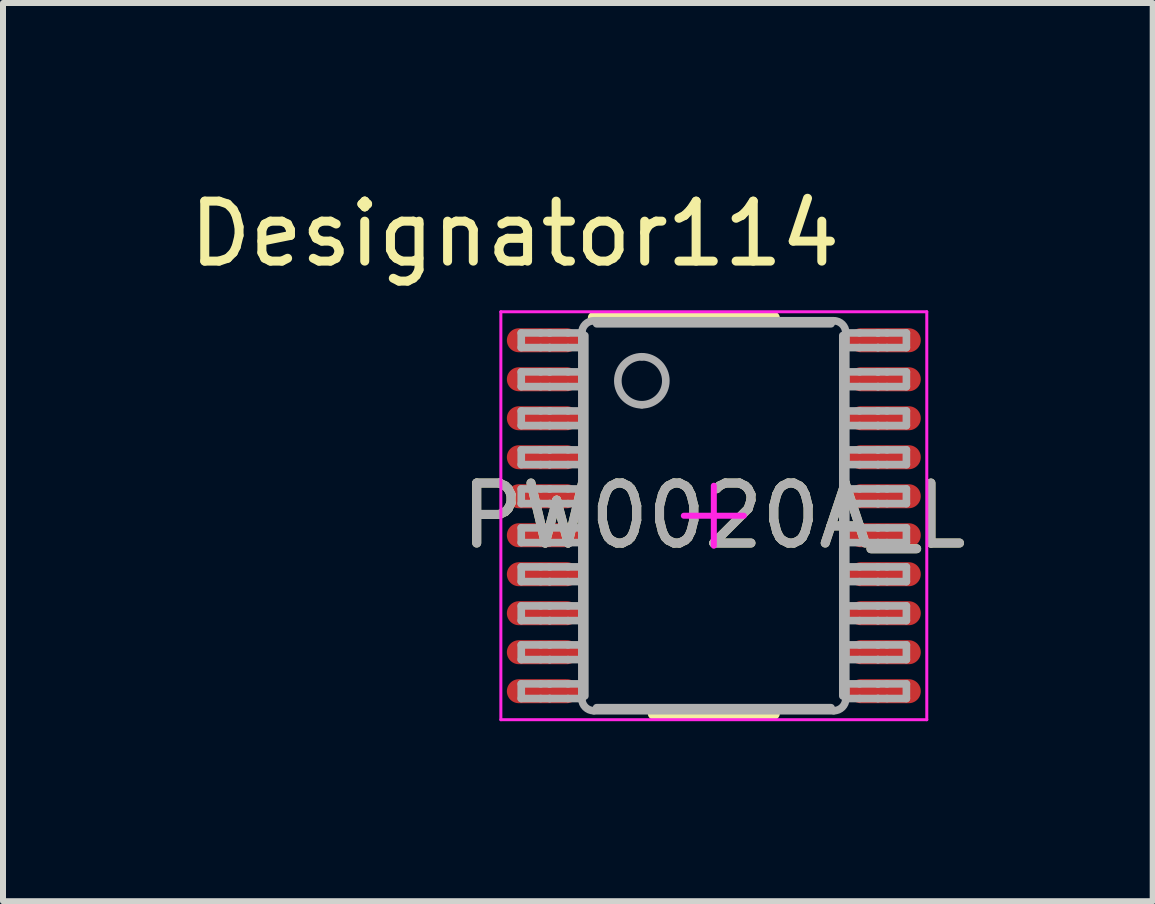
<source format=kicad_pcb>
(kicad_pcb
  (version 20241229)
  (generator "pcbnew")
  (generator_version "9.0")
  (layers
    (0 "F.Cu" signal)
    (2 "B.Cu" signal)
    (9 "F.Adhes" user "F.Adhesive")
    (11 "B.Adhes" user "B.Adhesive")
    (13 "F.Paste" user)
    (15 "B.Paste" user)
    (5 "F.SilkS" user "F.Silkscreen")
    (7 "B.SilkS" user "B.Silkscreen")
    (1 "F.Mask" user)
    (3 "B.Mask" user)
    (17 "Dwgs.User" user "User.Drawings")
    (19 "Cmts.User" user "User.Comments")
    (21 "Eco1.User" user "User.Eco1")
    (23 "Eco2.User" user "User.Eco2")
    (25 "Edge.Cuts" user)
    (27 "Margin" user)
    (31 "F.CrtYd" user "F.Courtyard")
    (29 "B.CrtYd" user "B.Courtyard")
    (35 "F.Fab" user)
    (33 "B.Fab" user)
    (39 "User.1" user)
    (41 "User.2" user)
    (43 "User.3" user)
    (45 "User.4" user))
  (footprint "PW0020A_L"
    (layer "F.Cu")
    (at 8.849 5.547)
    (property "Reference" "PW0020A_L" (at 0 0 0) (unlocked yes) (layer "F.SilkS") (effects (font (size 1 1) (thickness 0.15))))
    (attr smd)
    (fp_line (start -2 -3.3) (end 1 -3.3) (stroke (width 0.2) (type solid)) (layer "F.SilkS"))
    (fp_line (start -1 3.3) (end 1 3.3) (stroke (width 0.2) (type solid)) (layer "F.SilkS"))
    (fp_line (start -3.55 -3.4) (end 3.55 -3.4) (stroke (width 0.05) (type solid)) (layer "F.CrtYd"))
    (fp_line (start -3.55 3.4) (end -3.55 -3.4) (stroke (width 0.05) (type solid)) (layer "F.CrtYd"))
    (fp_line (start -3.55 3.4) (end 3.55 3.4) (stroke (width 0.05) (type solid)) (layer "F.CrtYd"))
    (fp_line (start -0.5 0) (end 0.5 0) (stroke (width 0.1) (type solid)) (layer "F.CrtYd"))
    (fp_line (start 0 0.5) (end 0 -0.5) (stroke (width 0.1) (type solid)) (layer "F.CrtYd"))
    (fp_line (start 3.55 3.4) (end 3.55 -3.4) (stroke (width 0.05) (type solid)) (layer "F.CrtYd"))
    (fp_line (start -3.21 -3.047) (end -2.887 -3.047) (stroke (width 0.127) (type solid)) (layer "F.Fab"))
    (fp_line (start -3.21 -2.803) (end -3.21 -3.047) (stroke (width 0.127) (type solid)) (layer "F.Fab"))
    (fp_line (start -3.21 -2.803) (end -2.887 -2.803) (stroke (width 0.127) (type solid)) (layer "F.Fab"))
    (fp_line (start -3.21 -2.398) (end -2.887 -2.398) (stroke (width 0.127) (type solid)) (layer "F.Fab"))
    (fp_line (start -3.21 -2.152) (end -3.21 -2.398) (stroke (width 0.127) (type solid)) (layer "F.Fab"))
    (fp_line (start -3.21 -2.152) (end -2.887 -2.152) (stroke (width 0.127) (type solid)) (layer "F.Fab"))
    (fp_line (start -3.21 -1.747) (end -2.887 -1.747) (stroke (width 0.127) (type solid)) (layer "F.Fab"))
    (fp_line (start -3.21 -1.503) (end -3.21 -1.747) (stroke (width 0.127) (type solid)) (layer "F.Fab"))
    (fp_line (start -3.21 -1.503) (end -2.887 -1.503) (stroke (width 0.127) (type solid)) (layer "F.Fab"))
    (fp_line (start -3.21 -1.098) (end -2.887 -1.098) (stroke (width 0.127) (type solid)) (layer "F.Fab"))
    (fp_line (start -3.21 -0.852) (end -3.21 -1.098) (stroke (width 0.127) (type solid)) (layer "F.Fab"))
    (fp_line (start -3.21 -0.852) (end -2.887 -0.852) (stroke (width 0.127) (type solid)) (layer "F.Fab"))
    (fp_line (start -3.21 -0.447) (end -2.887 -0.447) (stroke (width 0.127) (type solid)) (layer "F.Fab"))
    (fp_line (start -3.21 -0.202) (end -3.21 -0.447) (stroke (width 0.127) (type solid)) (layer "F.Fab"))
    (fp_line (start -3.21 -0.202) (end -2.887 -0.202) (stroke (width 0.127) (type solid)) (layer "F.Fab"))
    (fp_line (start -3.21 0.202) (end -2.887 0.202) (stroke (width 0.127) (type solid)) (layer "F.Fab"))
    (fp_line (start -3.21 0.448) (end -3.21 0.202) (stroke (width 0.127) (type solid)) (layer "F.Fab"))
    (fp_line (start -3.21 0.448) (end -2.887 0.448) (stroke (width 0.127) (type solid)) (layer "F.Fab"))
    (fp_line (start -3.21 0.853) (end -2.887 0.853) (stroke (width 0.127) (type solid)) (layer "F.Fab"))
    (fp_line (start -3.21 1.098) (end -3.21 0.853) (stroke (width 0.127) (type solid)) (layer "F.Fab"))
    (fp_line (start -3.21 1.098) (end -2.887 1.098) (stroke (width 0.127) (type solid)) (layer "F.Fab"))
    (fp_line (start -3.21 1.503) (end -2.887 1.503) (stroke (width 0.127) (type solid)) (layer "F.Fab"))
    (fp_line (start -3.21 1.748) (end -3.21 1.503) (stroke (width 0.127) (type solid)) (layer "F.Fab"))
    (fp_line (start -3.21 1.748) (end -2.887 1.748) (stroke (width 0.127) (type solid)) (layer "F.Fab"))
    (fp_line (start -3.21 2.153) (end -2.887 2.153) (stroke (width 0.127) (type solid)) (layer "F.Fab"))
    (fp_line (start -3.21 2.398) (end -3.21 2.153) (stroke (width 0.127) (type solid)) (layer "F.Fab"))
    (fp_line (start -3.21 2.398) (end -2.887 2.398) (stroke (width 0.127) (type solid)) (layer "F.Fab"))
    (fp_line (start -3.21 2.803) (end -2.887 2.803) (stroke (width 0.127) (type solid)) (layer "F.Fab"))
    (fp_line (start -3.21 3.047) (end -3.21 2.803) (stroke (width 0.127) (type solid)) (layer "F.Fab"))
    (fp_line (start -3.21 3.047) (end -2.887 3.047) (stroke (width 0.127) (type solid)) (layer "F.Fab"))
    (fp_line (start -2.887 -3.047) (end -2.739 -3.047) (stroke (width 0.127) (type solid)) (layer "F.Fab"))
    (fp_line (start -2.887 -2.803) (end -2.739 -2.803) (stroke (width 0.127) (type solid)) (layer "F.Fab"))
    (fp_line (start -2.887 -2.398) (end -2.739 -2.398) (stroke (width 0.127) (type solid)) (layer "F.Fab"))
    (fp_line (start -2.887 -2.152) (end -2.739 -2.152) (stroke (width 0.127) (type solid)) (layer "F.Fab"))
    (fp_line (start -2.887 -1.747) (end -2.739 -1.747) (stroke (width 0.127) (type solid)) (layer "F.Fab"))
    (fp_line (start -2.887 -1.503) (end -2.739 -1.503) (stroke (width 0.127) (type solid)) (layer "F.Fab"))
    (fp_line (start -2.887 -1.098) (end -2.739 -1.098) (stroke (width 0.127) (type solid)) (layer "F.Fab"))
    (fp_line (start -2.887 -0.852) (end -2.739 -0.852) (stroke (width 0.127) (type solid)) (layer "F.Fab"))
    (fp_line (start -2.887 -0.447) (end -2.739 -0.447) (stroke (width 0.127) (type solid)) (layer "F.Fab"))
    (fp_line (start -2.887 -0.202) (end -2.739 -0.202) (stroke (width 0.127) (type solid)) (layer "F.Fab"))
    (fp_line (start -2.887 0.202) (end -2.739 0.202) (stroke (width 0.127) (type solid)) (layer "F.Fab"))
    (fp_line (start -2.887 0.448) (end -2.739 0.448) (stroke (width 0.127) (type solid)) (layer "F.Fab"))
    (fp_line (start -2.887 0.853) (end -2.739 0.853) (stroke (width 0.127) (type solid)) (layer "F.Fab"))
    (fp_line (start -2.887 1.098) (end -2.739 1.098) (stroke (width 0.127) (type solid)) (layer "F.Fab"))
    (fp_line (start -2.887 1.503) (end -2.739 1.503) (stroke (width 0.127) (type solid)) (layer "F.Fab"))
    (fp_line (start -2.887 1.748) (end -2.739 1.748) (stroke (width 0.127) (type solid)) (layer "F.Fab"))
    (fp_line (start -2.887 2.153) (end -2.739 2.153) (stroke (width 0.127) (type solid)) (layer "F.Fab"))
    (fp_line (start -2.887 2.398) (end -2.739 2.398) (stroke (width 0.127) (type solid)) (layer "F.Fab"))
    (fp_line (start -2.887 2.803) (end -2.739 2.803) (stroke (width 0.127) (type solid)) (layer "F.Fab"))
    (fp_line (start -2.887 3.047) (end -2.739 3.047) (stroke (width 0.127) (type solid)) (layer "F.Fab"))
    (fp_line (start -2.739 -3.047) (end -2.733 -3.047) (stroke (width 0.127) (type solid)) (layer "F.Fab"))
    (fp_line (start -2.739 -2.803) (end -2.733 -2.803) (stroke (width 0.127) (type solid)) (layer "F.Fab"))
    (fp_line (start -2.739 -2.398) (end -2.733 -2.398) (stroke (width 0.127) (type solid)) (layer "F.Fab"))
    (fp_line (start -2.739 -2.152) (end -2.733 -2.152) (stroke (width 0.127) (type solid)) (layer "F.Fab"))
    (fp_line (start -2.739 -1.747) (end -2.733 -1.747) (stroke (width 0.127) (type solid)) (layer "F.Fab"))
    (fp_line (start -2.739 -1.503) (end -2.733 -1.503) (stroke (width 0.127) (type solid)) (layer "F.Fab"))
    (fp_line (start -2.739 -1.098) (end -2.733 -1.098) (stroke (width 0.127) (type solid)) (layer "F.Fab"))
    (fp_line (start -2.739 -0.852) (end -2.733 -0.852) (stroke (width 0.127) (type solid)) (layer "F.Fab"))
    (fp_line (start -2.739 -0.447) (end -2.733 -0.447) (stroke (width 0.127) (type solid)) (layer "F.Fab"))
    (fp_line (start -2.739 -0.202) (end -2.733 -0.202) (stroke (width 0.127) (type solid)) (layer "F.Fab"))
    (fp_line (start -2.739 0.202) (end -2.733 0.202) (stroke (width 0.127) (type solid)) (layer "F.Fab"))
    (fp_line (start -2.739 0.448) (end -2.733 0.448) (stroke (width 0.127) (type solid)) (layer "F.Fab"))
    (fp_line (start -2.739 0.853) (end -2.733 0.853) (stroke (width 0.127) (type solid)) (layer "F.Fab"))
    (fp_line (start -2.739 1.098) (end -2.733 1.098) (stroke (width 0.127) (type solid)) (layer "F.Fab"))
    (fp_line (start -2.739 1.503) (end -2.733 1.503) (stroke (width 0.127) (type solid)) (layer "F.Fab"))
    (fp_line (start -2.739 1.748) (end -2.733 1.748) (stroke (width 0.127) (type solid)) (layer "F.Fab"))
    (fp_line (start -2.739 2.153) (end -2.733 2.153) (stroke (width 0.127) (type solid)) (layer "F.Fab"))
    (fp_line (start -2.739 2.398) (end -2.733 2.398) (stroke (width 0.127) (type solid)) (layer "F.Fab"))
    (fp_line (start -2.739 2.803) (end -2.733 2.803) (stroke (width 0.127) (type solid)) (layer "F.Fab"))
    (fp_line (start -2.739 3.047) (end -2.733 3.047) (stroke (width 0.127) (type solid)) (layer "F.Fab"))
    (fp_line (start -2.733 -3.047) (end -2.431 -3.047) (stroke (width 0.127) (type solid)) (layer "F.Fab"))
    (fp_line (start -2.733 -2.803) (end -2.431 -2.803) (stroke (width 0.127) (type solid)) (layer "F.Fab"))
    (fp_line (start -2.733 -2.398) (end -2.431 -2.398) (stroke (width 0.127) (type solid)) (layer "F.Fab"))
    (fp_line (start -2.733 -2.152) (end -2.431 -2.152) (stroke (width 0.127) (type solid)) (layer "F.Fab"))
    (fp_line (start -2.733 -1.747) (end -2.431 -1.747) (stroke (width 0.127) (type solid)) (layer "F.Fab"))
    (fp_line (start -2.733 -1.503) (end -2.431 -1.503) (stroke (width 0.127) (type solid)) (layer "F.Fab"))
    (fp_line (start -2.733 -1.098) (end -2.431 -1.098) (stroke (width 0.127) (type solid)) (layer "F.Fab"))
    (fp_line (start -2.733 -0.852) (end -2.431 -0.852) (stroke (width 0.127) (type solid)) (layer "F.Fab"))
    (fp_line (start -2.733 -0.447) (end -2.431 -0.447) (stroke (width 0.127) (type solid)) (layer "F.Fab"))
    (fp_line (start -2.733 -0.202) (end -2.431 -0.202) (stroke (width 0.127) (type solid)) (layer "F.Fab"))
    (fp_line (start -2.733 0.202) (end -2.431 0.202) (stroke (width 0.127) (type solid)) (layer "F.Fab"))
    (fp_line (start -2.733 0.448) (end -2.431 0.448) (stroke (width 0.127) (type solid)) (layer "F.Fab"))
    (fp_line (start -2.733 0.853) (end -2.431 0.853) (stroke (width 0.127) (type solid)) (layer "F.Fab"))
    (fp_line (start -2.733 1.098) (end -2.431 1.098) (stroke (width 0.127) (type solid)) (layer "F.Fab"))
    (fp_line (start -2.733 1.503) (end -2.431 1.503) (stroke (width 0.127) (type solid)) (layer "F.Fab"))
    (fp_line (start -2.733 1.748) (end -2.431 1.748) (stroke (width 0.127) (type solid)) (layer "F.Fab"))
    (fp_line (start -2.733 2.153) (end -2.431 2.153) (stroke (width 0.127) (type solid)) (layer "F.Fab"))
    (fp_line (start -2.733 2.398) (end -2.431 2.398) (stroke (width 0.127) (type solid)) (layer "F.Fab"))
    (fp_line (start -2.733 2.803) (end -2.431 2.803) (stroke (width 0.127) (type solid)) (layer "F.Fab"))
    (fp_line (start -2.733 3.047) (end -2.431 3.047) (stroke (width 0.127) (type solid)) (layer "F.Fab"))
    (fp_line (start -2.431 -3.047) (end -2.2 -3.047) (stroke (width 0.127) (type solid)) (layer "F.Fab"))
    (fp_line (start -2.431 -2.803) (end -2.2 -2.803) (stroke (width 0.127) (type solid)) (layer "F.Fab"))
    (fp_line (start -2.431 -2.398) (end -2.2 -2.398) (stroke (width 0.127) (type solid)) (layer "F.Fab"))
    (fp_line (start -2.431 -2.152) (end -2.2 -2.152) (stroke (width 0.127) (type solid)) (layer "F.Fab"))
    (fp_line (start -2.431 -1.747) (end -2.2 -1.747) (stroke (width 0.127) (type solid)) (layer "F.Fab"))
    (fp_line (start -2.431 -1.503) (end -2.2 -1.503) (stroke (width 0.127) (type solid)) (layer "F.Fab"))
    (fp_line (start -2.431 -1.098) (end -2.2 -1.098) (stroke (width 0.127) (type solid)) (layer "F.Fab"))
    (fp_line (start -2.431 -0.852) (end -2.2 -0.852) (stroke (width 0.127) (type solid)) (layer "F.Fab"))
    (fp_line (start -2.431 -0.447) (end -2.2 -0.447) (stroke (width 0.127) (type solid)) (layer "F.Fab"))
    (fp_line (start -2.431 -0.202) (end -2.2 -0.202) (stroke (width 0.127) (type solid)) (layer "F.Fab"))
    (fp_line (start -2.431 0.202) (end -2.2 0.202) (stroke (width 0.127) (type solid)) (layer "F.Fab"))
    (fp_line (start -2.431 0.448) (end -2.2 0.448) (stroke (width 0.127) (type solid)) (layer "F.Fab"))
    (fp_line (start -2.431 0.853) (end -2.2 0.853) (stroke (width 0.127) (type solid)) (layer "F.Fab"))
    (fp_line (start -2.431 1.098) (end -2.2 1.098) (stroke (width 0.127) (type solid)) (layer "F.Fab"))
    (fp_line (start -2.431 1.503) (end -2.2 1.503) (stroke (width 0.127) (type solid)) (layer "F.Fab"))
    (fp_line (start -2.431 1.748) (end -2.2 1.748) (stroke (width 0.127) (type solid)) (layer "F.Fab"))
    (fp_line (start -2.431 2.153) (end -2.2 2.153) (stroke (width 0.127) (type solid)) (layer "F.Fab"))
    (fp_line (start -2.431 2.398) (end -2.2 2.398) (stroke (width 0.127) (type solid)) (layer "F.Fab"))
    (fp_line (start -2.431 2.803) (end -2.2 2.803) (stroke (width 0.127) (type solid)) (layer "F.Fab"))
    (fp_line (start -2.431 3.047) (end -2.2 3.047) (stroke (width 0.127) (type solid)) (layer "F.Fab"))
    (fp_line (start -2.2 -2.803) (end -2.2 -3.047) (stroke (width 0.127) (type solid)) (layer "F.Fab"))
    (fp_line (start -2.2 -2.152) (end -2.2 -2.398) (stroke (width 0.127) (type solid)) (layer "F.Fab"))
    (fp_line (start -2.2 -1.503) (end -2.2 -1.747) (stroke (width 0.127) (type solid)) (layer "F.Fab"))
    (fp_line (start -2.2 -0.852) (end -2.2 -1.098) (stroke (width 0.127) (type solid)) (layer "F.Fab"))
    (fp_line (start -2.2 -0.202) (end -2.2 -0.447) (stroke (width 0.127) (type solid)) (layer "F.Fab"))
    (fp_line (start -2.2 0.448) (end -2.2 0.202) (stroke (width 0.127) (type solid)) (layer "F.Fab"))
    (fp_line (start -2.2 1.098) (end -2.2 0.853) (stroke (width 0.127) (type solid)) (layer "F.Fab"))
    (fp_line (start -2.2 1.748) (end -2.2 1.503) (stroke (width 0.127) (type solid)) (layer "F.Fab"))
    (fp_line (start -2.2 2.398) (end -2.2 2.153) (stroke (width 0.127) (type solid)) (layer "F.Fab"))
    (fp_line (start -2.2 3.047) (end -2.2 2.803) (stroke (width 0.127) (type solid)) (layer "F.Fab"))
    (fp_line (start -2.2 3.05) (end -2.2 -3.05) (stroke (width 0.127) (type solid)) (layer "F.Fab"))
    (fp_line (start -2.15 3.004) (end -2.15 -3.004) (stroke (width 0.127) (type solid)) (layer "F.Fab"))
    (fp_line (start -2 -3.25) (end 2 -3.25) (stroke (width 0.127) (type solid)) (layer "F.Fab"))
    (fp_line (start -2 3.25) (end 2 3.25) (stroke (width 0.127) (type solid)) (layer "F.Fab"))
    (fp_line (start -1.954 -3.2) (end 1.954 -3.2) (stroke (width 0.127) (type solid)) (layer "F.Fab"))
    (fp_line (start -1.954 3.2) (end 1.954 3.2) (stroke (width 0.127) (type solid)) (layer "F.Fab"))
    (fp_line (start 2.15 3.004) (end 2.15 -3.004) (stroke (width 0.127) (type solid)) (layer "F.Fab"))
    (fp_line (start 2.2 -3.047) (end 2.43 -3.047) (stroke (width 0.127) (type solid)) (layer "F.Fab"))
    (fp_line (start 2.2 -2.803) (end 2.2 -3.047) (stroke (width 0.127) (type solid)) (layer "F.Fab"))
    (fp_line (start 2.2 -2.803) (end 2.43 -2.803) (stroke (width 0.127) (type solid)) (layer "F.Fab"))
    (fp_line (start 2.2 -2.398) (end 2.43 -2.398) (stroke (width 0.127) (type solid)) (layer "F.Fab"))
    (fp_line (start 2.2 -2.152) (end 2.2 -2.398) (stroke (width 0.127) (type solid)) (layer "F.Fab"))
    (fp_line (start 2.2 -2.152) (end 2.43 -2.152) (stroke (width 0.127) (type solid)) (layer "F.Fab"))
    (fp_line (start 2.2 -1.747) (end 2.43 -1.747) (stroke (width 0.127) (type solid)) (layer "F.Fab"))
    (fp_line (start 2.2 -1.503) (end 2.2 -1.747) (stroke (width 0.127) (type solid)) (layer "F.Fab"))
    (fp_line (start 2.2 -1.503) (end 2.43 -1.503) (stroke (width 0.127) (type solid)) (layer "F.Fab"))
    (fp_line (start 2.2 -1.098) (end 2.43 -1.098) (stroke (width 0.127) (type solid)) (layer "F.Fab"))
    (fp_line (start 2.2 -0.852) (end 2.2 -1.098) (stroke (width 0.127) (type solid)) (layer "F.Fab"))
    (fp_line (start 2.2 -0.852) (end 2.43 -0.852) (stroke (width 0.127) (type solid)) (layer "F.Fab"))
    (fp_line (start 2.2 -0.447) (end 2.43 -0.447) (stroke (width 0.127) (type solid)) (layer "F.Fab"))
    (fp_line (start 2.2 -0.202) (end 2.2 -0.447) (stroke (width 0.127) (type solid)) (layer "F.Fab"))
    (fp_line (start 2.2 -0.202) (end 2.43 -0.202) (stroke (width 0.127) (type solid)) (layer "F.Fab"))
    (fp_line (start 2.2 0.202) (end 2.43 0.202) (stroke (width 0.127) (type solid)) (layer "F.Fab"))
    (fp_line (start 2.2 0.448) (end 2.2 0.202) (stroke (width 0.127) (type solid)) (layer "F.Fab"))
    (fp_line (start 2.2 0.448) (end 2.43 0.448) (stroke (width 0.127) (type solid)) (layer "F.Fab"))
    (fp_line (start 2.2 0.853) (end 2.43 0.853) (stroke (width 0.127) (type solid)) (layer "F.Fab"))
    (fp_line (start 2.2 1.098) (end 2.2 0.853) (stroke (width 0.127) (type solid)) (layer "F.Fab"))
    (fp_line (start 2.2 1.098) (end 2.43 1.098) (stroke (width 0.127) (type solid)) (layer "F.Fab"))
    (fp_line (start 2.2 1.503) (end 2.43 1.503) (stroke (width 0.127) (type solid)) (layer "F.Fab"))
    (fp_line (start 2.2 1.748) (end 2.2 1.503) (stroke (width 0.127) (type solid)) (layer "F.Fab"))
    (fp_line (start 2.2 1.748) (end 2.43 1.748) (stroke (width 0.127) (type solid)) (layer "F.Fab"))
    (fp_line (start 2.2 2.153) (end 2.43 2.153) (stroke (width 0.127) (type solid)) (layer "F.Fab"))
    (fp_line (start 2.2 2.398) (end 2.2 2.153) (stroke (width 0.127) (type solid)) (layer "F.Fab"))
    (fp_line (start 2.2 2.398) (end 2.43 2.398) (stroke (width 0.127) (type solid)) (layer "F.Fab"))
    (fp_line (start 2.2 2.803) (end 2.43 2.803) (stroke (width 0.127) (type solid)) (layer "F.Fab"))
    (fp_line (start 2.2 3.047) (end 2.2 2.803) (stroke (width 0.127) (type solid)) (layer "F.Fab"))
    (fp_line (start 2.2 3.047) (end 2.43 3.047) (stroke (width 0.127) (type solid)) (layer "F.Fab"))
    (fp_line (start 2.2 3.05) (end 2.2 -3.05) (stroke (width 0.127) (type solid)) (layer "F.Fab"))
    (fp_line (start 2.43 -3.047) (end 2.733 -3.047) (stroke (width 0.127) (type solid)) (layer "F.Fab"))
    (fp_line (start 2.43 -2.803) (end 2.733 -2.803) (stroke (width 0.127) (type solid)) (layer "F.Fab"))
    (fp_line (start 2.43 -2.398) (end 2.733 -2.398) (stroke (width 0.127) (type solid)) (layer "F.Fab"))
    (fp_line (start 2.43 -2.152) (end 2.733 -2.152) (stroke (width 0.127) (type solid)) (layer "F.Fab"))
    (fp_line (start 2.43 -1.747) (end 2.733 -1.747) (stroke (width 0.127) (type solid)) (layer "F.Fab"))
    (fp_line (start 2.43 -1.503) (end 2.733 -1.503) (stroke (width 0.127) (type solid)) (layer "F.Fab"))
    (fp_line (start 2.43 -1.098) (end 2.733 -1.098) (stroke (width 0.127) (type solid)) (layer "F.Fab"))
    (fp_line (start 2.43 -0.852) (end 2.733 -0.852) (stroke (width 0.127) (type solid)) (layer "F.Fab"))
    (fp_line (start 2.43 -0.447) (end 2.733 -0.447) (stroke (width 0.127) (type solid)) (layer "F.Fab"))
    (fp_line (start 2.43 -0.202) (end 2.733 -0.202) (stroke (width 0.127) (type solid)) (layer "F.Fab"))
    (fp_line (start 2.43 0.202) (end 2.733 0.202) (stroke (width 0.127) (type solid)) (layer "F.Fab"))
    (fp_line (start 2.43 0.448) (end 2.733 0.448) (stroke (width 0.127) (type solid)) (layer "F.Fab"))
    (fp_line (start 2.43 0.853) (end 2.733 0.853) (stroke (width 0.127) (type solid)) (layer "F.Fab"))
    (fp_line (start 2.43 1.098) (end 2.733 1.098) (stroke (width 0.127) (type solid)) (layer "F.Fab"))
    (fp_line (start 2.43 1.503) (end 2.733 1.503) (stroke (width 0.127) (type solid)) (layer "F.Fab"))
    (fp_line (start 2.43 1.748) (end 2.733 1.748) (stroke (width 0.127) (type solid)) (layer "F.Fab"))
    (fp_line (start 2.43 2.153) (end 2.733 2.153) (stroke (width 0.127) (type solid)) (layer "F.Fab"))
    (fp_line (start 2.43 2.398) (end 2.733 2.398) (stroke (width 0.127) (type solid)) (layer "F.Fab"))
    (fp_line (start 2.43 2.803) (end 2.733 2.803) (stroke (width 0.127) (type solid)) (layer "F.Fab"))
    (fp_line (start 2.43 3.047) (end 2.733 3.047) (stroke (width 0.127) (type solid)) (layer "F.Fab"))
    (fp_line (start 2.733 -3.047) (end 2.739 -3.047) (stroke (width 0.127) (type solid)) (layer "F.Fab"))
    (fp_line (start 2.733 -2.803) (end 2.739 -2.803) (stroke (width 0.127) (type solid)) (layer "F.Fab"))
    (fp_line (start 2.733 -2.398) (end 2.739 -2.398) (stroke (width 0.127) (type solid)) (layer "F.Fab"))
    (fp_line (start 2.733 -2.152) (end 2.739 -2.152) (stroke (width 0.127) (type solid)) (layer "F.Fab"))
    (fp_line (start 2.733 -1.747) (end 2.739 -1.747) (stroke (width 0.127) (type solid)) (layer "F.Fab"))
    (fp_line (start 2.733 -1.503) (end 2.739 -1.503) (stroke (width 0.127) (type solid)) (layer "F.Fab"))
    (fp_line (start 2.733 -1.098) (end 2.739 -1.098) (stroke (width 0.127) (type solid)) (layer "F.Fab"))
    (fp_line (start 2.733 -0.852) (end 2.739 -0.852) (stroke (width 0.127) (type solid)) (layer "F.Fab"))
    (fp_line (start 2.733 -0.447) (end 2.739 -0.447) (stroke (width 0.127) (type solid)) (layer "F.Fab"))
    (fp_line (start 2.733 -0.202) (end 2.739 -0.202) (stroke (width 0.127) (type solid)) (layer "F.Fab"))
    (fp_line (start 2.733 0.202) (end 2.739 0.202) (stroke (width 0.127) (type solid)) (layer "F.Fab"))
    (fp_line (start 2.733 0.448) (end 2.739 0.448) (stroke (width 0.127) (type solid)) (layer "F.Fab"))
    (fp_line (start 2.733 0.853) (end 2.739 0.853) (stroke (width 0.127) (type solid)) (layer "F.Fab"))
    (fp_line (start 2.733 1.098) (end 2.739 1.098) (stroke (width 0.127) (type solid)) (layer "F.Fab"))
    (fp_line (start 2.733 1.503) (end 2.739 1.503) (stroke (width 0.127) (type solid)) (layer "F.Fab"))
    (fp_line (start 2.733 1.748) (end 2.739 1.748) (stroke (width 0.127) (type solid)) (layer "F.Fab"))
    (fp_line (start 2.733 2.153) (end 2.739 2.153) (stroke (width 0.127) (type solid)) (layer "F.Fab"))
    (fp_line (start 2.733 2.398) (end 2.739 2.398) (stroke (width 0.127) (type solid)) (layer "F.Fab"))
    (fp_line (start 2.733 2.803) (end 2.739 2.803) (stroke (width 0.127) (type solid)) (layer "F.Fab"))
    (fp_line (start 2.733 3.047) (end 2.739 3.047) (stroke (width 0.127) (type solid)) (layer "F.Fab"))
    (fp_line (start 2.739 -3.047) (end 2.887 -3.047) (stroke (width 0.127) (type solid)) (layer "F.Fab"))
    (fp_line (start 2.739 -2.803) (end 2.887 -2.803) (stroke (width 0.127) (type solid)) (layer "F.Fab"))
    (fp_line (start 2.739 -2.398) (end 2.887 -2.398) (stroke (width 0.127) (type solid)) (layer "F.Fab"))
    (fp_line (start 2.739 -2.152) (end 2.887 -2.152) (stroke (width 0.127) (type solid)) (layer "F.Fab"))
    (fp_line (start 2.739 -1.747) (end 2.887 -1.747) (stroke (width 0.127) (type solid)) (layer "F.Fab"))
    (fp_line (start 2.739 -1.503) (end 2.887 -1.503) (stroke (width 0.127) (type solid)) (layer "F.Fab"))
    (fp_line (start 2.739 -1.098) (end 2.887 -1.098) (stroke (width 0.127) (type solid)) (layer "F.Fab"))
    (fp_line (start 2.739 -0.852) (end 2.887 -0.852) (stroke (width 0.127) (type solid)) (layer "F.Fab"))
    (fp_line (start 2.739 -0.447) (end 2.887 -0.447) (stroke (width 0.127) (type solid)) (layer "F.Fab"))
    (fp_line (start 2.739 -0.202) (end 2.887 -0.202) (stroke (width 0.127) (type solid)) (layer "F.Fab"))
    (fp_line (start 2.739 0.202) (end 2.887 0.202) (stroke (width 0.127) (type solid)) (layer "F.Fab"))
    (fp_line (start 2.739 0.448) (end 2.887 0.448) (stroke (width 0.127) (type solid)) (layer "F.Fab"))
    (fp_line (start 2.739 0.853) (end 2.887 0.853) (stroke (width 0.127) (type solid)) (layer "F.Fab"))
    (fp_line (start 2.739 1.098) (end 2.887 1.098) (stroke (width 0.127) (type solid)) (layer "F.Fab"))
    (fp_line (start 2.739 1.503) (end 2.887 1.503) (stroke (width 0.127) (type solid)) (layer "F.Fab"))
    (fp_line (start 2.739 1.748) (end 2.887 1.748) (stroke (width 0.127) (type solid)) (layer "F.Fab"))
    (fp_line (start 2.739 2.153) (end 2.887 2.153) (stroke (width 0.127) (type solid)) (layer "F.Fab"))
    (fp_line (start 2.739 2.398) (end 2.887 2.398) (stroke (width 0.127) (type solid)) (layer "F.Fab"))
    (fp_line (start 2.739 2.803) (end 2.887 2.803) (stroke (width 0.127) (type solid)) (layer "F.Fab"))
    (fp_line (start 2.739 3.047) (end 2.887 3.047) (stroke (width 0.127) (type solid)) (layer "F.Fab"))
    (fp_line (start 2.887 -3.047) (end 3.21 -3.047) (stroke (width 0.127) (type solid)) (layer "F.Fab"))
    (fp_line (start 2.887 -2.803) (end 3.21 -2.803) (stroke (width 0.127) (type solid)) (layer "F.Fab"))
    (fp_line (start 2.887 -2.398) (end 3.21 -2.398) (stroke (width 0.127) (type solid)) (layer "F.Fab"))
    (fp_line (start 2.887 -2.152) (end 3.21 -2.152) (stroke (width 0.127) (type solid)) (layer "F.Fab"))
    (fp_line (start 2.887 -1.747) (end 3.21 -1.747) (stroke (width 0.127) (type solid)) (layer "F.Fab"))
    (fp_line (start 2.887 -1.503) (end 3.21 -1.503) (stroke (width 0.127) (type solid)) (layer "F.Fab"))
    (fp_line (start 2.887 -1.098) (end 3.21 -1.098) (stroke (width 0.127) (type solid)) (layer "F.Fab"))
    (fp_line (start 2.887 -0.852) (end 3.21 -0.852) (stroke (width 0.127) (type solid)) (layer "F.Fab"))
    (fp_line (start 2.887 -0.447) (end 3.21 -0.447) (stroke (width 0.127) (type solid)) (layer "F.Fab"))
    (fp_line (start 2.887 -0.202) (end 3.21 -0.202) (stroke (width 0.127) (type solid)) (layer "F.Fab"))
    (fp_line (start 2.887 0.202) (end 3.21 0.202) (stroke (width 0.127) (type solid)) (layer "F.Fab"))
    (fp_line (start 2.887 0.448) (end 3.21 0.448) (stroke (width 0.127) (type solid)) (layer "F.Fab"))
    (fp_line (start 2.887 0.853) (end 3.21 0.853) (stroke (width 0.127) (type solid)) (layer "F.Fab"))
    (fp_line (start 2.887 1.098) (end 3.21 1.098) (stroke (width 0.127) (type solid)) (layer "F.Fab"))
    (fp_line (start 2.887 1.503) (end 3.21 1.503) (stroke (width 0.127) (type solid)) (layer "F.Fab"))
    (fp_line (start 2.887 1.748) (end 3.21 1.748) (stroke (width 0.127) (type solid)) (layer "F.Fab"))
    (fp_line (start 2.887 2.153) (end 3.21 2.153) (stroke (width 0.127) (type solid)) (layer "F.Fab"))
    (fp_line (start 2.887 2.398) (end 3.21 2.398) (stroke (width 0.127) (type solid)) (layer "F.Fab"))
    (fp_line (start 2.887 2.803) (end 3.21 2.803) (stroke (width 0.127) (type solid)) (layer "F.Fab"))
    (fp_line (start 2.887 3.047) (end 3.21 3.047) (stroke (width 0.127) (type solid)) (layer "F.Fab"))
    (fp_line (start 3.21 -2.803) (end 3.21 -3.047) (stroke (width 0.127) (type solid)) (layer "F.Fab"))
    (fp_line (start 3.21 -2.152) (end 3.21 -2.398) (stroke (width 0.127) (type solid)) (layer "F.Fab"))
    (fp_line (start 3.21 -1.503) (end 3.21 -1.747) (stroke (width 0.127) (type solid)) (layer "F.Fab"))
    (fp_line (start 3.21 -0.852) (end 3.21 -1.098) (stroke (width 0.127) (type solid)) (layer "F.Fab"))
    (fp_line (start 3.21 -0.202) (end 3.21 -0.447) (stroke (width 0.127) (type solid)) (layer "F.Fab"))
    (fp_line (start 3.21 0.448) (end 3.21 0.202) (stroke (width 0.127) (type solid)) (layer "F.Fab"))
    (fp_line (start 3.21 1.098) (end 3.21 0.853) (stroke (width 0.127) (type solid)) (layer "F.Fab"))
    (fp_line (start 3.21 1.748) (end 3.21 1.503) (stroke (width 0.127) (type solid)) (layer "F.Fab"))
    (fp_line (start 3.21 2.398) (end 3.21 2.153) (stroke (width 0.127) (type solid)) (layer "F.Fab"))
    (fp_line (start 3.21 3.047) (end 3.21 2.803) (stroke (width 0.127) (type solid)) (layer "F.Fab"))
    (fp_arc (start -2.200026 -3.050001) (mid -2.141435 -3.191428) (end -2.000001 -3.250001) (stroke (width 0.127) (type solid)) (layer "F.Fab"))
    (fp_arc (start -2.000001 3.250011) (mid -2.141435 3.191438) (end -2.200026 3.050012) (stroke (width 0.127) (type solid)) (layer "F.Fab"))
    (fp_arc (start -1.200003 -2.650002) (mid -0.800003 -2.250003) (end -1.200003 -1.850004) (stroke (width 0.127) (type solid)) (layer "F.Fab"))
    (fp_arc (start -1.200003 -1.850004) (mid -1.600002 -2.250003) (end -1.200003 -2.650002) (stroke (width 0.127) (type solid)) (layer "F.Fab"))
    (fp_arc (start 1.999991 -3.250001) (mid 2.141412 -3.191423) (end 2.199991 -3.050002) (stroke (width 0.127) (type solid)) (layer "F.Fab"))
    (fp_arc (start 2.199991 3.050012) (mid 2.141412 3.191433) (end 1.999991 3.250011) (stroke (width 0.127) (type solid)) (layer "F.Fab"))
    (fp_text user "Designator114" (at -3.319 -4.699 0) (unlocked yes) (layer "F.SilkS") (effects (font (size 1 1) (thickness 0.15))))
    (fp_text user "${REFERENCE}" (at 0 0 0) (unlocked yes) (layer "F.Fab") (effects (font (size 1 1) (thickness 0.15))))
    (pad "1" smd oval (at -2.85 -2.925 90) (size 0.4 1.2) (layers "F.Cu" "F.Mask" "F.Paste"))
    (pad "2" smd oval (at -2.85 -2.275 90) (size 0.4 1.2) (layers "F.Cu" "F.Mask" "F.Paste"))
    (pad "3" smd oval (at -2.85 -1.625 90) (size 0.4 1.2) (layers "F.Cu" "F.Mask" "F.Paste"))
    (pad "4" smd oval (at -2.85 -0.975 90) (size 0.4 1.2) (layers "F.Cu" "F.Mask" "F.Paste"))
    (pad "5" smd oval (at -2.85 -0.325 90) (size 0.4 1.2) (layers "F.Cu" "F.Mask" "F.Paste"))
    (pad "6" smd oval (at -2.85 0.325 90) (size 0.4 1.2) (layers "F.Cu" "F.Mask" "F.Paste"))
    (pad "7" smd oval (at -2.85 0.975 90) (size 0.4 1.2) (layers "F.Cu" "F.Mask" "F.Paste"))
    (pad "8" smd oval (at -2.85 1.625 90) (size 0.4 1.2) (layers "F.Cu" "F.Mask" "F.Paste"))
    (pad "9" smd oval (at -2.85 2.275 90) (size 0.4 1.2) (layers "F.Cu" "F.Mask" "F.Paste"))
    (pad "10" smd oval (at -2.85 2.925 90) (size 0.4 1.2) (layers "F.Cu" "F.Mask" "F.Paste"))
    (pad "11" smd oval (at 2.85 2.925 90) (size 0.4 1.2) (layers "F.Cu" "F.Mask" "F.Paste"))
    (pad "12" smd oval (at 2.85 2.275 90) (size 0.4 1.2) (layers "F.Cu" "F.Mask" "F.Paste"))
    (pad "13" smd oval (at 2.85 1.625 90) (size 0.4 1.2) (layers "F.Cu" "F.Mask" "F.Paste"))
    (pad "14" smd oval (at 2.85 0.975 90) (size 0.4 1.2) (layers "F.Cu" "F.Mask" "F.Paste"))
    (pad "15" smd oval (at 2.85 0.325 90) (size 0.4 1.2) (layers "F.Cu" "F.Mask" "F.Paste"))
    (pad "16" smd oval (at 2.85 -0.325 90) (size 0.4 1.2) (layers "F.Cu" "F.Mask" "F.Paste"))
    (pad "17" smd oval (at 2.85 -0.975 90) (size 0.4 1.2) (layers "F.Cu" "F.Mask" "F.Paste"))
    (pad "18" smd oval (at 2.85 -1.625 90) (size 0.4 1.2) (layers "F.Cu" "F.Mask" "F.Paste"))
    (pad "19" smd oval (at 2.85 -2.275 90) (size 0.4 1.2) (layers "F.Cu" "F.Mask" "F.Paste"))
    (pad "20" smd oval (at 2.85 -2.925 90) (size 0.4 1.2) (layers "F.Cu" "F.Mask" "F.Paste")))
  (gr_rect
    (start -3 -3)
    (end 16.165 11.972)
    (stroke (width 0.1) (type default))
    (fill no)
    (layer "Edge.Cuts")))
</source>
